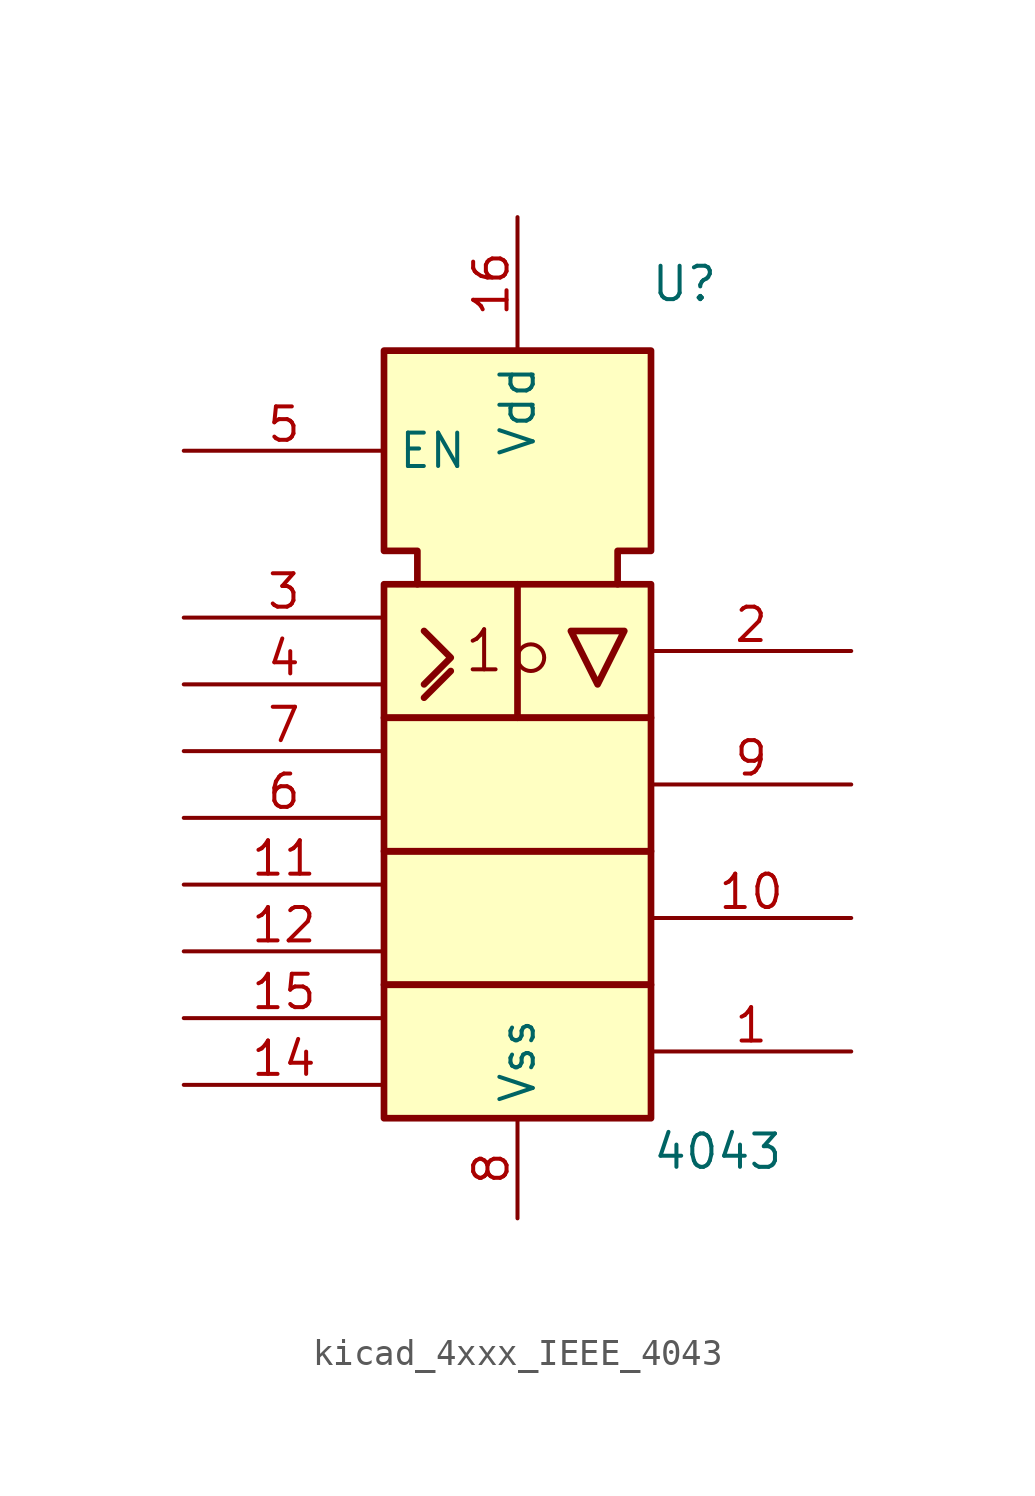
<source format=kicad_sym>
(kicad_symbol_lib
  (version 20220914)
  (generator kicad_symbol_editor)
  (symbol "kicad_4xxx_IEEE_4043"
    (property "Reference" "U"
      (at 6.35 12.7 0)
      (effects (font (size 1.27 1.27))))
    (property "Value" "4043"
      (at 7.62 -20.32 0)
      (effects (font (size 1.27 1.27))))
    (symbol "kicad_4xxx_IEEE_4043_0_0"
      (rectangle (start -5.08 -13.97) (end 5.08 -19.05) (stroke (width 0.254) (type default)) (fill (type background)))
      (rectangle (start -5.08 -8.89) (end 5.08 -13.97) (stroke (width 0.254) (type default)) (fill (type background)))
      (rectangle (start -5.08 -3.81) (end 5.08 -8.89) (stroke (width 0.254) (type default)) (fill (type background)))
      (rectangle (start -5.08 1.27) (end 5.08 -3.81) (stroke (width 0.254) (type default)) (fill (type background)))
      (polyline (pts (xy -3.556 -3.048) (xy -2.54 -2.032) (xy -2.54 -2.032)) (stroke (width 0.254) (type default)) (fill (type background)))
      (polyline (pts (xy 0 1.27) (xy 0 -3.81) (xy 0 -3.81)) (stroke (width 0.254) (type default)) (fill (type background)))
      (polyline (pts (xy -3.556 -0.508) (xy -2.54 -1.524) (xy -3.556 -2.54) (xy -3.556 -2.54)) (stroke (width 0.254) (type default)) (fill (type background)))
      (polyline (pts (xy 2.032 -0.508) (xy 3.048 -2.54) (xy 4.064 -0.508) (xy 2.032 -0.508) (xy 2.032 -0.508)) (stroke (width 0.254) (type default)) (fill (type background)))
      (polyline (pts (xy -3.81 1.27) (xy -3.81 2.54) (xy -5.08 2.54) (xy -5.08 10.16) (xy 5.08 10.16) (xy 5.08 2.54) (xy 3.81 2.54) (xy 3.81 1.27) (xy 3.81 1.27)) (stroke (width 0.254) (type default)) (fill (type background)))
      (circle (center 0.508 -1.524) (radius 0.508) (stroke (width 0) (type default)) (fill (type none)))
      (text "1" (at -1.27 -1.27 0) (effects (font (size 1.524 1.524)))))
    (symbol "kicad_4xxx_IEEE_4043_1_0"
      (pin output line (at 12.7 -16.51 180) (length 7.62) (name "~" (effects (font (size 1.27 1.27)))) (number "1" (effects (font (size 1.27 1.27)))))
      (pin output line (at 12.7 -11.43 180) (length 7.62) (name "~" (effects (font (size 1.27 1.27)))) (number "10" (effects (font (size 1.27 1.27)))))
      (pin input line (at -12.7 -10.16 0) (length 7.62) (name "~" (effects (font (size 1.27 1.27)))) (number "11" (effects (font (size 1.27 1.27)))))
      (pin input line (at -12.7 -12.7 0) (length 7.62) (name "~" (effects (font (size 1.27 1.27)))) (number "12" (effects (font (size 1.27 1.27)))))
      (pin input line (at -12.7 -17.78 0) (length 7.62) (name "~" (effects (font (size 1.27 1.27)))) (number "14" (effects (font (size 1.27 1.27)))))
      (pin input line (at -12.7 -15.24 0) (length 7.62) (name "~" (effects (font (size 1.27 1.27)))) (number "15" (effects (font (size 1.27 1.27)))))
      (pin power_in line (at 0 15.24 270) (length 5.08) (name "Vdd" (effects (font (size 1.27 1.27)))) (number "16" (effects (font (size 1.27 1.27)))))
      (pin output line (at 12.7 -1.27 180) (length 7.62) (name "~" (effects (font (size 1.27 1.27)))) (number "2" (effects (font (size 1.27 1.27)))))
      (pin input line (at -12.7 0 0) (length 7.62) (name "~" (effects (font (size 1.27 1.27)))) (number "3" (effects (font (size 1.27 1.27)))))
      (pin input line (at -12.7 -2.54 0) (length 7.62) (name "~" (effects (font (size 1.27 1.27)))) (number "4" (effects (font (size 1.27 1.27)))))
      (pin input line (at -12.7 6.35 0) (length 7.62) (name "EN" (effects (font (size 1.27 1.27)))) (number "5" (effects (font (size 1.27 1.27)))))
      (pin input line (at -12.7 -7.62 0) (length 7.62) (name "~" (effects (font (size 1.27 1.27)))) (number "6" (effects (font (size 1.27 1.27)))))
      (pin input line (at -12.7 -5.08 0) (length 7.62) (name "~" (effects (font (size 1.27 1.27)))) (number "7" (effects (font (size 1.27 1.27)))))
      (pin power_in line (at 0 -22.86 90) (length 3.81) (name "Vss" (effects (font (size 1.27 1.27)))) (number "8" (effects (font (size 1.27 1.27)))))
      (pin output line (at 12.7 -6.35 180) (length 7.62) (name "~" (effects (font (size 1.27 1.27)))) (number "9" (effects (font (size 1.27 1.27))))))))
</source>
